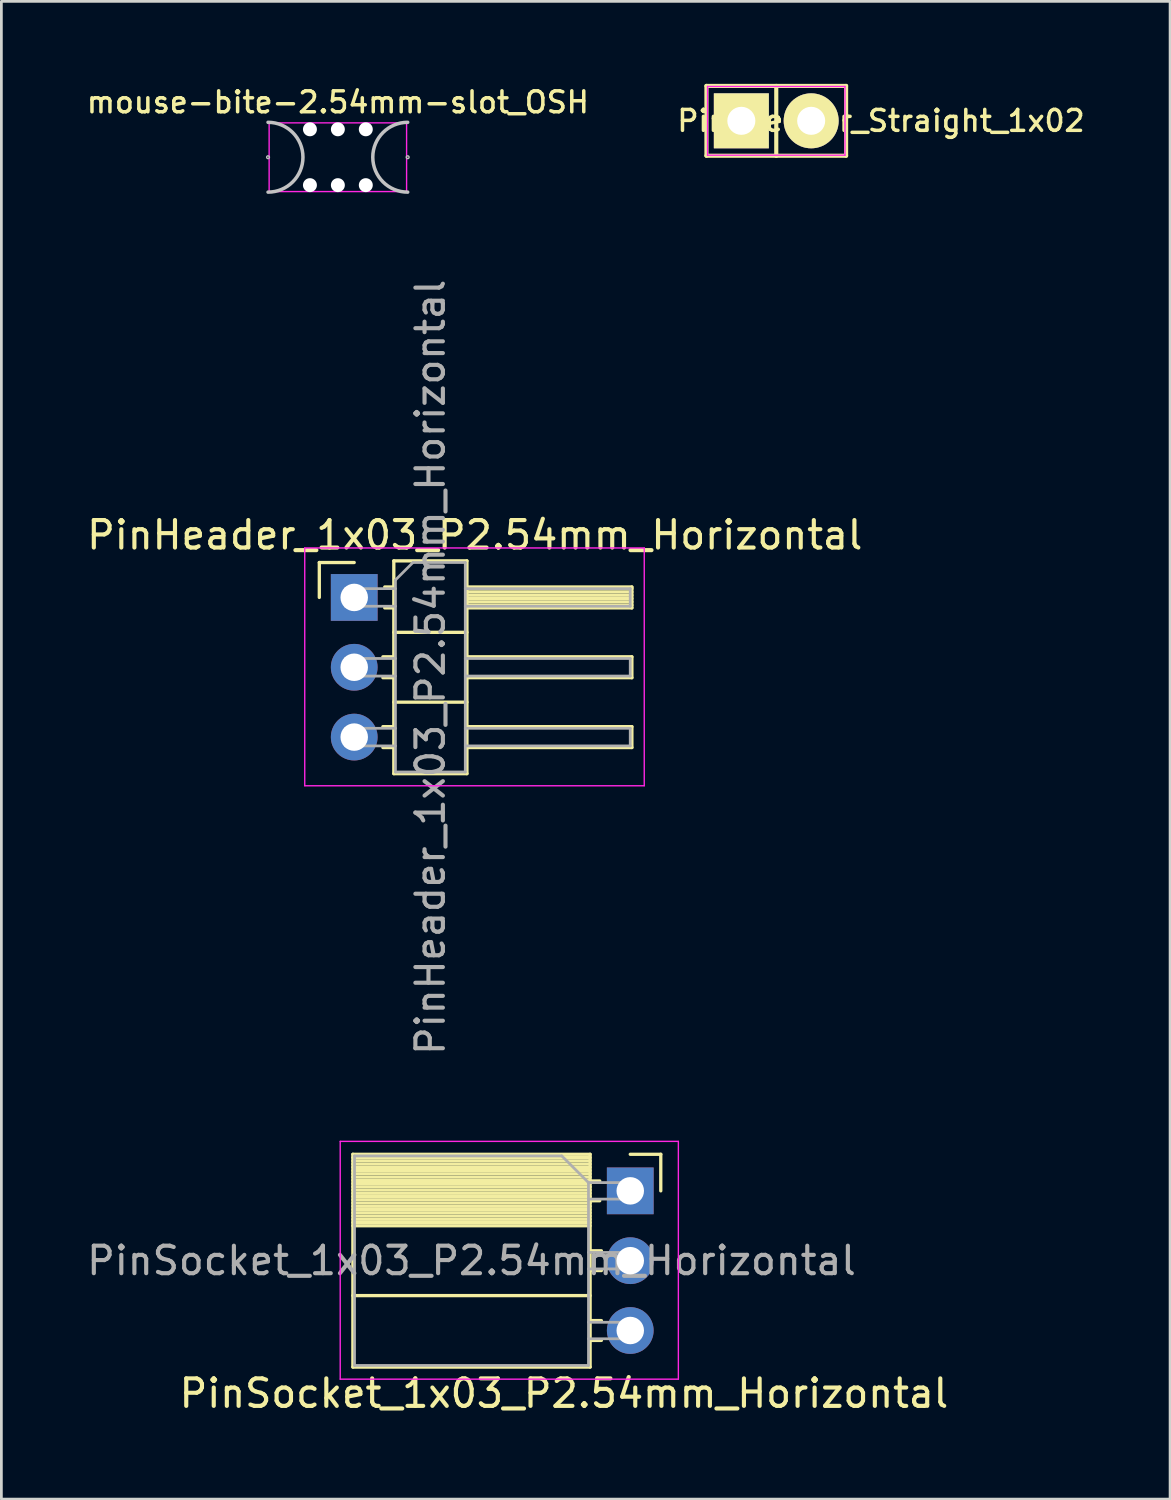
<source format=kicad_pcb>
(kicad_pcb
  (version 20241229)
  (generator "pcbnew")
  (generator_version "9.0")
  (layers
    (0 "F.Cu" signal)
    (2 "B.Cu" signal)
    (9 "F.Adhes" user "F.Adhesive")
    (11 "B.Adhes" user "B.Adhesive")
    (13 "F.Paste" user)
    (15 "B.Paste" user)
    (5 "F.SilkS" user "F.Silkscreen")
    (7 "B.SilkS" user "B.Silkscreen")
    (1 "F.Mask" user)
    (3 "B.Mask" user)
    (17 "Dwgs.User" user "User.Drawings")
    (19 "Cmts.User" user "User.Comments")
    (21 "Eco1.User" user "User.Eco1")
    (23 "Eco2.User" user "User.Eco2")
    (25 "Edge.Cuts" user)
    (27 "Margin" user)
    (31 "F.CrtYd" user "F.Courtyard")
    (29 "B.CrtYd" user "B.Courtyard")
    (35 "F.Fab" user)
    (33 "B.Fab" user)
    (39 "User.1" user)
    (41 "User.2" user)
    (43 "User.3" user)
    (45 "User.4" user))
  (footprint "mouse-bite-2.54mm-slot_OSH"
    (layer "F.Cu")
    (at 9.24 2.669)
    (property "Reference" "mouse-bite-2.54mm-slot_OSH" (at 0 -2 0) (layer "F.SilkS") (effects (font (size 0.762 0.762) (thickness 0.127))))
    (attr through_hole)
    (fp_arc (start -2.54 -1.27) (mid -1.27 0) (end -2.54 1.27) (stroke (width 0.127) (type solid)) (layer "Dwgs.User"))
    (fp_arc (start 2.54 1.27) (mid 1.27 0) (end 2.54 -1.27) (stroke (width 0.127) (type solid)) (layer "Dwgs.User"))
    (fp_circle (center -2.54 0) (end -2.54 0.051) (stroke (width 0.051) (type solid)) (fill no) (layer "Dwgs.User"))
    (fp_circle (center 2.54 0) (end 2.54 -0.051) (stroke (width 0.051) (type solid)) (fill no) (layer "Dwgs.User"))
    (fp_line (start -2.5 -1.25) (end -2.5 1.25) (stroke (width 0.05) (type solid)) (layer "F.CrtYd"))
    (fp_line (start -2.5 1.25) (end 2.5 1.25) (stroke (width 0.05) (type solid)) (layer "F.CrtYd"))
    (fp_line (start 2.5 -1.25) (end -2.5 -1.25) (stroke (width 0.05) (type solid)) (layer "F.CrtYd"))
    (fp_line (start 2.5 1.25) (end 2.5 -1.25) (stroke (width 0.05) (type solid)) (layer "F.CrtYd"))
    (pad "" np_thru_hole circle (at -1.016 -1.016) (size 0.508 0.508) (drill 0.508) (layers "*.Cu" "*.Mask"))
    (pad "" np_thru_hole circle (at -1.016 1.016) (size 0.508 0.508) (drill 0.508) (layers "*.Cu" "*.Mask"))
    (pad "" np_thru_hole circle (at 0 -1.016) (size 0.508 0.508) (drill 0.508) (layers "*.Cu" "*.Mask"))
    (pad "" np_thru_hole circle (at 0 1.016) (size 0.508 0.508) (drill 0.508) (layers "*.Cu" "*.Mask"))
    (pad "" np_thru_hole circle (at 1.016 -1.016) (size 0.508 0.508) (drill 0.508) (layers "*.Cu" "*.Mask"))
    (pad "" np_thru_hole circle (at 1.016 1.016) (size 0.508 0.508) (drill 0.508) (layers "*.Cu" "*.Mask")))
  (footprint "PinSocket_1x03_P2.54mm_Horizontal"
    (layer "F.Cu")
    (at 19.876 40.268)
    (property "Reference" "PinSocket_1x03_P2.54mm_Horizontal" (at -2.413 7.366 180) (layer "F.SilkS") (effects (font (size 1 1) (thickness 0.15))))
    (attr through_hole)
    (fp_line (start -10.09 -1.33) (end -10.09 6.41) (stroke (width 0.12) (type solid)) (layer "F.SilkS"))
    (fp_line (start -10.09 -1.33) (end -1.46 -1.33) (stroke (width 0.12) (type solid)) (layer "F.SilkS"))
    (fp_line (start -10.09 -1.21) (end -1.46 -1.21) (stroke (width 0.12) (type solid)) (layer "F.SilkS"))
    (fp_line (start -10.09 -1.092) (end -1.46 -1.092) (stroke (width 0.12) (type solid)) (layer "F.SilkS"))
    (fp_line (start -10.09 -0.974) (end -1.46 -0.974) (stroke (width 0.12) (type solid)) (layer "F.SilkS"))
    (fp_line (start -10.09 -0.856) (end -1.46 -0.856) (stroke (width 0.12) (type solid)) (layer "F.SilkS"))
    (fp_line (start -10.09 -0.738) (end -1.46 -0.738) (stroke (width 0.12) (type solid)) (layer "F.SilkS"))
    (fp_line (start -10.09 -0.62) (end -1.46 -0.62) (stroke (width 0.12) (type solid)) (layer "F.SilkS"))
    (fp_line (start -10.09 -0.501) (end -1.46 -0.501) (stroke (width 0.12) (type solid)) (layer "F.SilkS"))
    (fp_line (start -10.09 -0.383) (end -1.46 -0.383) (stroke (width 0.12) (type solid)) (layer "F.SilkS"))
    (fp_line (start -10.09 -0.265) (end -1.46 -0.265) (stroke (width 0.12) (type solid)) (layer "F.SilkS"))
    (fp_line (start -10.09 -0.147) (end -1.46 -0.147) (stroke (width 0.12) (type solid)) (layer "F.SilkS"))
    (fp_line (start -10.09 -0.029) (end -1.46 -0.029) (stroke (width 0.12) (type solid)) (layer "F.SilkS"))
    (fp_line (start -10.09 0.089) (end -1.46 0.089) (stroke (width 0.12) (type solid)) (layer "F.SilkS"))
    (fp_line (start -10.09 0.207) (end -1.46 0.207) (stroke (width 0.12) (type solid)) (layer "F.SilkS"))
    (fp_line (start -10.09 0.325) (end -1.46 0.325) (stroke (width 0.12) (type solid)) (layer "F.SilkS"))
    (fp_line (start -10.09 0.443) (end -1.46 0.443) (stroke (width 0.12) (type solid)) (layer "F.SilkS"))
    (fp_line (start -10.09 0.561) (end -1.46 0.561) (stroke (width 0.12) (type solid)) (layer "F.SilkS"))
    (fp_line (start -10.09 0.68) (end -1.46 0.68) (stroke (width 0.12) (type solid)) (layer "F.SilkS"))
    (fp_line (start -10.09 0.798) (end -1.46 0.798) (stroke (width 0.12) (type solid)) (layer "F.SilkS"))
    (fp_line (start -10.09 0.916) (end -1.46 0.916) (stroke (width 0.12) (type solid)) (layer "F.SilkS"))
    (fp_line (start -10.09 1.034) (end -1.46 1.034) (stroke (width 0.12) (type solid)) (layer "F.SilkS"))
    (fp_line (start -10.09 1.152) (end -1.46 1.152) (stroke (width 0.12) (type solid)) (layer "F.SilkS"))
    (fp_line (start -10.09 1.27) (end -1.46 1.27) (stroke (width 0.12) (type solid)) (layer "F.SilkS"))
    (fp_line (start -10.09 3.81) (end -1.46 3.81) (stroke (width 0.12) (type solid)) (layer "F.SilkS"))
    (fp_line (start -10.09 6.41) (end -1.46 6.41) (stroke (width 0.12) (type solid)) (layer "F.SilkS"))
    (fp_line (start -1.46 -1.33) (end -1.46 6.41) (stroke (width 0.12) (type solid)) (layer "F.SilkS"))
    (fp_line (start -1.46 -0.36) (end -1.11 -0.36) (stroke (width 0.12) (type solid)) (layer "F.SilkS"))
    (fp_line (start -1.46 0.36) (end -1.11 0.36) (stroke (width 0.12) (type solid)) (layer "F.SilkS"))
    (fp_line (start -1.46 2.18) (end -1.05 2.18) (stroke (width 0.12) (type solid)) (layer "F.SilkS"))
    (fp_line (start -1.46 2.9) (end -1.05 2.9) (stroke (width 0.12) (type solid)) (layer "F.SilkS"))
    (fp_line (start -1.46 4.72) (end -1.05 4.72) (stroke (width 0.12) (type solid)) (layer "F.SilkS"))
    (fp_line (start -1.46 5.44) (end -1.05 5.44) (stroke (width 0.12) (type solid)) (layer "F.SilkS"))
    (fp_line (start 0 -1.33) (end 1.11 -1.33) (stroke (width 0.12) (type solid)) (layer "F.SilkS"))
    (fp_line (start 1.11 -1.33) (end 1.11 0) (stroke (width 0.12) (type solid)) (layer "F.SilkS"))
    (fp_line (start -10.55 -1.8) (end -10.55 6.85) (stroke (width 0.05) (type solid)) (layer "F.CrtYd"))
    (fp_line (start -10.55 6.85) (end 1.75 6.85) (stroke (width 0.05) (type solid)) (layer "F.CrtYd"))
    (fp_line (start 1.75 -1.8) (end -10.55 -1.8) (stroke (width 0.05) (type solid)) (layer "F.CrtYd"))
    (fp_line (start 1.75 6.85) (end 1.75 -1.8) (stroke (width 0.05) (type solid)) (layer "F.CrtYd"))
    (fp_line (start -10.03 -1.27) (end -2.49 -1.27) (stroke (width 0.1) (type solid)) (layer "F.Fab"))
    (fp_line (start -10.03 6.35) (end -10.03 -1.27) (stroke (width 0.1) (type solid)) (layer "F.Fab"))
    (fp_line (start -2.49 -1.27) (end -1.52 -0.3) (stroke (width 0.1) (type solid)) (layer "F.Fab"))
    (fp_line (start -1.52 -0.3) (end -1.52 6.35) (stroke (width 0.1) (type solid)) (layer "F.Fab"))
    (fp_line (start -1.52 0.3) (end 0 0.3) (stroke (width 0.1) (type solid)) (layer "F.Fab"))
    (fp_line (start -1.52 2.84) (end 0 2.84) (stroke (width 0.1) (type solid)) (layer "F.Fab"))
    (fp_line (start -1.52 5.38) (end 0 5.38) (stroke (width 0.1) (type solid)) (layer "F.Fab"))
    (fp_line (start -1.52 6.35) (end -10.03 6.35) (stroke (width 0.1) (type solid)) (layer "F.Fab"))
    (fp_line (start 0 -0.3) (end -1.52 -0.3) (stroke (width 0.1) (type solid)) (layer "F.Fab"))
    (fp_line (start 0 0.3) (end 0 -0.3) (stroke (width 0.1) (type solid)) (layer "F.Fab"))
    (fp_line (start 0 2.24) (end -1.52 2.24) (stroke (width 0.1) (type solid)) (layer "F.Fab"))
    (fp_line (start 0 2.84) (end 0 2.24) (stroke (width 0.1) (type solid)) (layer "F.Fab"))
    (fp_line (start 0 4.78) (end -1.52 4.78) (stroke (width 0.1) (type solid)) (layer "F.Fab"))
    (fp_line (start 0 5.38) (end 0 4.78) (stroke (width 0.1) (type solid)) (layer "F.Fab"))
    (fp_text user "${REFERENCE}" (at -5.775 2.54 180) (layer "F.Fab") (effects (font (size 1 1) (thickness 0.15))))
    (pad "1" thru_hole rect (at 0 0) (size 1.7 1.7) (drill 1) (layers "*.Cu" "*.Mask"))
    (pad "2" thru_hole oval (at 0 2.54) (size 1.7 1.7) (drill 1) (layers "*.Cu" "*.Mask"))
    (pad "3" thru_hole oval (at 0 5.08) (size 1.7 1.7) (drill 1) (layers "*.Cu" "*.Mask")))
  (footprint "PinHeader_1x03_P2.54mm_Horizontal"
    (layer "F.Cu")
    (at 9.835 18.682)
    (property "Reference" "PinHeader_1x03_P2.54mm_Horizontal" (at 4.385 -2.27 0) (layer "F.SilkS") (effects (font (size 1 1) (thickness 0.15))))
    (attr through_hole)
    (fp_line (start -1.27 -1.27) (end 0 -1.27) (stroke (width 0.12) (type solid)) (layer "F.SilkS"))
    (fp_line (start -1.27 0) (end -1.27 -1.27) (stroke (width 0.12) (type solid)) (layer "F.SilkS"))
    (fp_line (start 1.043 2.16) (end 1.44 2.16) (stroke (width 0.12) (type solid)) (layer "F.SilkS"))
    (fp_line (start 1.043 2.92) (end 1.44 2.92) (stroke (width 0.12) (type solid)) (layer "F.SilkS"))
    (fp_line (start 1.043 4.7) (end 1.44 4.7) (stroke (width 0.12) (type solid)) (layer "F.SilkS"))
    (fp_line (start 1.043 5.46) (end 1.44 5.46) (stroke (width 0.12) (type solid)) (layer "F.SilkS"))
    (fp_line (start 1.11 -0.38) (end 1.44 -0.38) (stroke (width 0.12) (type solid)) (layer "F.SilkS"))
    (fp_line (start 1.11 0.38) (end 1.44 0.38) (stroke (width 0.12) (type solid)) (layer "F.SilkS"))
    (fp_line (start 1.44 -1.33) (end 1.44 6.41) (stroke (width 0.12) (type solid)) (layer "F.SilkS"))
    (fp_line (start 1.44 1.27) (end 4.1 1.27) (stroke (width 0.12) (type solid)) (layer "F.SilkS"))
    (fp_line (start 1.44 3.81) (end 4.1 3.81) (stroke (width 0.12) (type solid)) (layer "F.SilkS"))
    (fp_line (start 1.44 6.41) (end 4.1 6.41) (stroke (width 0.12) (type solid)) (layer "F.SilkS"))
    (fp_line (start 4.1 -1.33) (end 1.44 -1.33) (stroke (width 0.12) (type solid)) (layer "F.SilkS"))
    (fp_line (start 4.1 -0.38) (end 10.1 -0.38) (stroke (width 0.12) (type solid)) (layer "F.SilkS"))
    (fp_line (start 4.1 -0.32) (end 10.1 -0.32) (stroke (width 0.12) (type solid)) (layer "F.SilkS"))
    (fp_line (start 4.1 -0.2) (end 10.1 -0.2) (stroke (width 0.12) (type solid)) (layer "F.SilkS"))
    (fp_line (start 4.1 -0.08) (end 10.1 -0.08) (stroke (width 0.12) (type solid)) (layer "F.SilkS"))
    (fp_line (start 4.1 0.04) (end 10.1 0.04) (stroke (width 0.12) (type solid)) (layer "F.SilkS"))
    (fp_line (start 4.1 0.16) (end 10.1 0.16) (stroke (width 0.12) (type solid)) (layer "F.SilkS"))
    (fp_line (start 4.1 0.28) (end 10.1 0.28) (stroke (width 0.12) (type solid)) (layer "F.SilkS"))
    (fp_line (start 4.1 2.16) (end 10.1 2.16) (stroke (width 0.12) (type solid)) (layer "F.SilkS"))
    (fp_line (start 4.1 4.7) (end 10.1 4.7) (stroke (width 0.12) (type solid)) (layer "F.SilkS"))
    (fp_line (start 4.1 6.41) (end 4.1 -1.33) (stroke (width 0.12) (type solid)) (layer "F.SilkS"))
    (fp_line (start 10.1 -0.38) (end 10.1 0.38) (stroke (width 0.12) (type solid)) (layer "F.SilkS"))
    (fp_line (start 10.1 0.38) (end 4.1 0.38) (stroke (width 0.12) (type solid)) (layer "F.SilkS"))
    (fp_line (start 10.1 2.16) (end 10.1 2.92) (stroke (width 0.12) (type solid)) (layer "F.SilkS"))
    (fp_line (start 10.1 2.92) (end 4.1 2.92) (stroke (width 0.12) (type solid)) (layer "F.SilkS"))
    (fp_line (start 10.1 4.7) (end 10.1 5.46) (stroke (width 0.12) (type solid)) (layer "F.SilkS"))
    (fp_line (start 10.1 5.46) (end 4.1 5.46) (stroke (width 0.12) (type solid)) (layer "F.SilkS"))
    (fp_line (start -1.8 -1.8) (end -1.8 6.85) (stroke (width 0.05) (type solid)) (layer "F.CrtYd"))
    (fp_line (start -1.8 6.85) (end 10.55 6.85) (stroke (width 0.05) (type solid)) (layer "F.CrtYd"))
    (fp_line (start 10.55 -1.8) (end -1.8 -1.8) (stroke (width 0.05) (type solid)) (layer "F.CrtYd"))
    (fp_line (start 10.55 6.85) (end 10.55 -1.8) (stroke (width 0.05) (type solid)) (layer "F.CrtYd"))
    (fp_line (start -0.32 -0.32) (end -0.32 0.32) (stroke (width 0.1) (type solid)) (layer "F.Fab"))
    (fp_line (start -0.32 -0.32) (end 1.5 -0.32) (stroke (width 0.1) (type solid)) (layer "F.Fab"))
    (fp_line (start -0.32 0.32) (end 1.5 0.32) (stroke (width 0.1) (type solid)) (layer "F.Fab"))
    (fp_line (start -0.32 2.22) (end -0.32 2.86) (stroke (width 0.1) (type solid)) (layer "F.Fab"))
    (fp_line (start -0.32 2.22) (end 1.5 2.22) (stroke (width 0.1) (type solid)) (layer "F.Fab"))
    (fp_line (start -0.32 2.86) (end 1.5 2.86) (stroke (width 0.1) (type solid)) (layer "F.Fab"))
    (fp_line (start -0.32 4.76) (end -0.32 5.4) (stroke (width 0.1) (type solid)) (layer "F.Fab"))
    (fp_line (start -0.32 4.76) (end 1.5 4.76) (stroke (width 0.1) (type solid)) (layer "F.Fab"))
    (fp_line (start -0.32 5.4) (end 1.5 5.4) (stroke (width 0.1) (type solid)) (layer "F.Fab"))
    (fp_line (start 1.5 -0.635) (end 2.135 -1.27) (stroke (width 0.1) (type solid)) (layer "F.Fab"))
    (fp_line (start 1.5 6.35) (end 1.5 -0.635) (stroke (width 0.1) (type solid)) (layer "F.Fab"))
    (fp_line (start 2.135 -1.27) (end 4.04 -1.27) (stroke (width 0.1) (type solid)) (layer "F.Fab"))
    (fp_line (start 4.04 -1.27) (end 4.04 6.35) (stroke (width 0.1) (type solid)) (layer "F.Fab"))
    (fp_line (start 4.04 -0.32) (end 10.04 -0.32) (stroke (width 0.1) (type solid)) (layer "F.Fab"))
    (fp_line (start 4.04 0.32) (end 10.04 0.32) (stroke (width 0.1) (type solid)) (layer "F.Fab"))
    (fp_line (start 4.04 2.22) (end 10.04 2.22) (stroke (width 0.1) (type solid)) (layer "F.Fab"))
    (fp_line (start 4.04 2.86) (end 10.04 2.86) (stroke (width 0.1) (type solid)) (layer "F.Fab"))
    (fp_line (start 4.04 4.76) (end 10.04 4.76) (stroke (width 0.1) (type solid)) (layer "F.Fab"))
    (fp_line (start 4.04 5.4) (end 10.04 5.4) (stroke (width 0.1) (type solid)) (layer "F.Fab"))
    (fp_line (start 4.04 6.35) (end 1.5 6.35) (stroke (width 0.1) (type solid)) (layer "F.Fab"))
    (fp_line (start 10.04 -0.32) (end 10.04 0.32) (stroke (width 0.1) (type solid)) (layer "F.Fab"))
    (fp_line (start 10.04 2.22) (end 10.04 2.86) (stroke (width 0.1) (type solid)) (layer "F.Fab"))
    (fp_line (start 10.04 4.76) (end 10.04 5.4) (stroke (width 0.1) (type solid)) (layer "F.Fab"))
    (fp_text user "${REFERENCE}" (at 2.77 2.54 90) (layer "F.Fab") (effects (font (size 1 1) (thickness 0.15))))
    (pad "1" thru_hole rect (at 0 0) (size 1.7 1.7) (drill 1) (layers "*.Cu" "*.Mask"))
    (pad "2" thru_hole oval (at 0 2.54) (size 1.7 1.7) (drill 1) (layers "*.Cu" "*.Mask"))
    (pad "3" thru_hole oval (at 0 5.08) (size 1.7 1.7) (drill 1) (layers "*.Cu" "*.Mask")))
  (footprint "Pin_Header_Straight_1x02"
    (layer "F.Cu")
    (at 25.187 1.345)
    (property "Reference" "Pin_Header_Straight_1x02" (at 3.81 0 0) (layer "F.SilkS") (effects (font (size 0.762 0.762) (thickness 0.127))))
    (attr through_hole)
    (fp_line (start -2.54 -1.27) (end -2.54 1.27) (stroke (width 0.15) (type solid)) (layer "F.SilkS"))
    (fp_line (start -2.54 1.27) (end 0 1.27) (stroke (width 0.15) (type solid)) (layer "F.SilkS"))
    (fp_line (start 0 -1.27) (end 0 1.27) (stroke (width 0.15) (type solid)) (layer "F.SilkS"))
    (fp_line (start 0 1.27) (end 2.54 1.27) (stroke (width 0.15) (type solid)) (layer "F.SilkS"))
    (fp_line (start 2.54 -1.27) (end -2.54 -1.27) (stroke (width 0.15) (type solid)) (layer "F.SilkS"))
    (fp_line (start 2.54 1.27) (end 2.54 -1.27) (stroke (width 0.15) (type solid)) (layer "F.SilkS"))
    (fp_line (start -2.5 -1.25) (end 2.5 -1.25) (stroke (width 0.05) (type solid)) (layer "F.CrtYd"))
    (fp_line (start -2.5 1.25) (end -2.5 -1.25) (stroke (width 0.05) (type solid)) (layer "F.CrtYd"))
    (fp_line (start 2.5 -1.25) (end 2.5 1.25) (stroke (width 0.05) (type solid)) (layer "F.CrtYd"))
    (fp_line (start 2.5 1.25) (end -2.5 1.25) (stroke (width 0.05) (type solid)) (layer "F.CrtYd"))
    (pad "1" thru_hole rect (at -1.27 0) (size 2 2) (drill 1.02) (layers "*.Cu" "*.Mask" "F.SilkS"))
    (pad "2" thru_hole oval (at 1.27 0) (size 2 2) (drill 1.02) (layers "*.Cu" "*.Mask" "F.SilkS")))
  (gr_rect
    (start -3 -3)
    (end 39.513 51.482)
    (stroke (width 0.1) (type default))
    (fill no)
    (layer "Edge.Cuts")))
</source>
